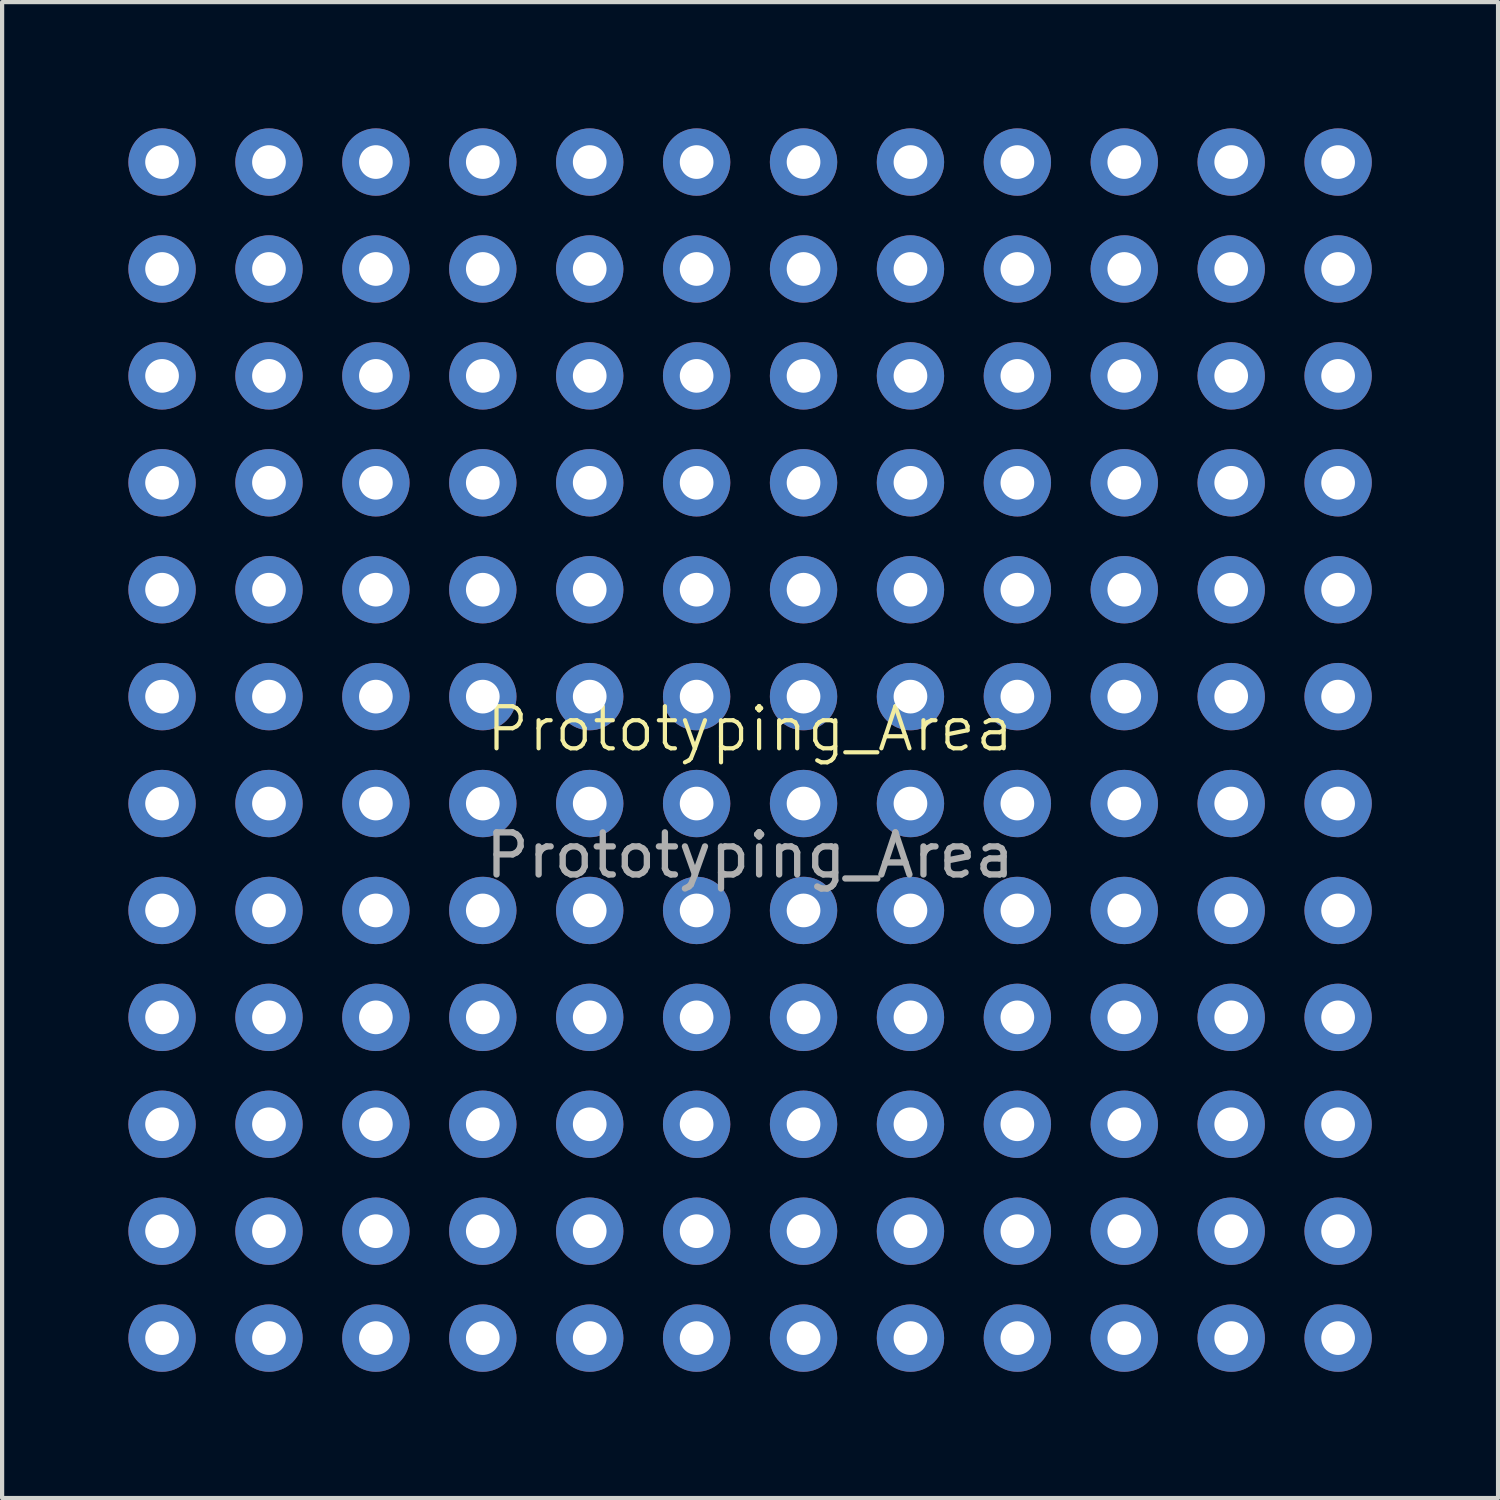
<source format=kicad_pcb>
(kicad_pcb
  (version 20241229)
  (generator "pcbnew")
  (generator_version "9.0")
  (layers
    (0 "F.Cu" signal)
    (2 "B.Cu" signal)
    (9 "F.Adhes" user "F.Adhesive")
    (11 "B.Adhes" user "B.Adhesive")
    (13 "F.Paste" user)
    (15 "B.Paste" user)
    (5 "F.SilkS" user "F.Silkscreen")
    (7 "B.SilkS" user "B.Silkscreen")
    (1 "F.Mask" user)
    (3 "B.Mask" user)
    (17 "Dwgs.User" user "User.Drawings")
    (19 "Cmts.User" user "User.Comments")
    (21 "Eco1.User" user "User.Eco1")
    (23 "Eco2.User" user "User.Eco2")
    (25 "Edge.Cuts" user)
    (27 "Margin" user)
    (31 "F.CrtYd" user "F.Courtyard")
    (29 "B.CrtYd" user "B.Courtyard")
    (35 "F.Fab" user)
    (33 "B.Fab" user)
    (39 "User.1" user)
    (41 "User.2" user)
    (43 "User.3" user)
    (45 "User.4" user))
  (footprint "Prototyping_Area"
    (layer "F.Cu")
    (at 14.77 14.77)
    (property "Reference" "Prototyping_Area" (at 0 -0.5 0) (unlocked yes) (layer "F.SilkS") (effects (font (size 1 1) (thickness 0.1))))
    (attr smd)
    (fp_text user "${REFERENCE}" (at 0 2.5 0) (unlocked yes) (layer "F.Fab") (effects (font (size 1 1) (thickness 0.15))))
    (pad "1" thru_hole circle (at -13.97 -13.97) (size 1.6 1.6) (drill 0.8) (layers "*.Cu" "*.Mask"))
    (pad "2" thru_hole circle (at -11.43 -13.97) (size 1.6 1.6) (drill 0.8) (layers "*.Cu" "*.Mask"))
    (pad "3" thru_hole circle (at -8.89 -13.97) (size 1.6 1.6) (drill 0.8) (layers "*.Cu" "*.Mask"))
    (pad "4" thru_hole circle (at -6.35 -13.97) (size 1.6 1.6) (drill 0.8) (layers "*.Cu" "*.Mask"))
    (pad "5" thru_hole circle (at -3.81 -13.97) (size 1.6 1.6) (drill 0.8) (layers "*.Cu" "*.Mask"))
    (pad "6" thru_hole circle (at -1.27 -13.97) (size 1.6 1.6) (drill 0.8) (layers "*.Cu" "*.Mask"))
    (pad "7" thru_hole circle (at 1.27 -13.97) (size 1.6 1.6) (drill 0.8) (layers "*.Cu" "*.Mask"))
    (pad "8" thru_hole circle (at 3.81 -13.97) (size 1.6 1.6) (drill 0.8) (layers "*.Cu" "*.Mask"))
    (pad "9" thru_hole circle (at 6.35 -13.97) (size 1.6 1.6) (drill 0.8) (layers "*.Cu" "*.Mask"))
    (pad "10" thru_hole circle (at 8.89 -13.97) (size 1.6 1.6) (drill 0.8) (layers "*.Cu" "*.Mask"))
    (pad "11" thru_hole circle (at 11.43 -13.97) (size 1.6 1.6) (drill 0.8) (layers "*.Cu" "*.Mask"))
    (pad "12" thru_hole circle (at 13.97 -13.97) (size 1.6 1.6) (drill 0.8) (layers "*.Cu" "*.Mask"))
    (pad "13" thru_hole circle (at -13.97 -11.43) (size 1.6 1.6) (drill 0.8) (layers "*.Cu" "*.Mask"))
    (pad "14" thru_hole circle (at -11.43 -11.43) (size 1.6 1.6) (drill 0.8) (layers "*.Cu" "*.Mask"))
    (pad "15" thru_hole circle (at -8.89 -11.43) (size 1.6 1.6) (drill 0.8) (layers "*.Cu" "*.Mask"))
    (pad "16" thru_hole circle (at -6.35 -11.43) (size 1.6 1.6) (drill 0.8) (layers "*.Cu" "*.Mask"))
    (pad "17" thru_hole circle (at -3.81 -11.43) (size 1.6 1.6) (drill 0.8) (layers "*.Cu" "*.Mask"))
    (pad "18" thru_hole circle (at -1.27 -11.43) (size 1.6 1.6) (drill 0.8) (layers "*.Cu" "*.Mask"))
    (pad "19" thru_hole circle (at 1.27 -11.43) (size 1.6 1.6) (drill 0.8) (layers "*.Cu" "*.Mask"))
    (pad "20" thru_hole circle (at 3.81 -11.43) (size 1.6 1.6) (drill 0.8) (layers "*.Cu" "*.Mask"))
    (pad "21" thru_hole circle (at 6.35 -11.43) (size 1.6 1.6) (drill 0.8) (layers "*.Cu" "*.Mask"))
    (pad "22" thru_hole circle (at 8.89 -11.43) (size 1.6 1.6) (drill 0.8) (layers "*.Cu" "*.Mask"))
    (pad "23" thru_hole circle (at 11.43 -11.43) (size 1.6 1.6) (drill 0.8) (layers "*.Cu" "*.Mask"))
    (pad "24" thru_hole circle (at 13.97 -11.43) (size 1.6 1.6) (drill 0.8) (layers "*.Cu" "*.Mask"))
    (pad "25" thru_hole circle (at -13.97 -8.89) (size 1.6 1.6) (drill 0.8) (layers "*.Cu" "*.Mask"))
    (pad "26" thru_hole circle (at -11.43 -8.89) (size 1.6 1.6) (drill 0.8) (layers "*.Cu" "*.Mask"))
    (pad "27" thru_hole circle (at -8.89 -8.89) (size 1.6 1.6) (drill 0.8) (layers "*.Cu" "*.Mask"))
    (pad "28" thru_hole circle (at -6.35 -8.89) (size 1.6 1.6) (drill 0.8) (layers "*.Cu" "*.Mask"))
    (pad "29" thru_hole circle (at -3.81 -8.89) (size 1.6 1.6) (drill 0.8) (layers "*.Cu" "*.Mask"))
    (pad "30" thru_hole circle (at -1.27 -8.89) (size 1.6 1.6) (drill 0.8) (layers "*.Cu" "*.Mask"))
    (pad "31" thru_hole circle (at 1.27 -8.89) (size 1.6 1.6) (drill 0.8) (layers "*.Cu" "*.Mask"))
    (pad "32" thru_hole circle (at 3.81 -8.89) (size 1.6 1.6) (drill 0.8) (layers "*.Cu" "*.Mask"))
    (pad "33" thru_hole circle (at 6.35 -8.89) (size 1.6 1.6) (drill 0.8) (layers "*.Cu" "*.Mask"))
    (pad "34" thru_hole circle (at 8.89 -8.89) (size 1.6 1.6) (drill 0.8) (layers "*.Cu" "*.Mask"))
    (pad "35" thru_hole circle (at 11.43 -8.89) (size 1.6 1.6) (drill 0.8) (layers "*.Cu" "*.Mask"))
    (pad "36" thru_hole circle (at 13.97 -8.89) (size 1.6 1.6) (drill 0.8) (layers "*.Cu" "*.Mask"))
    (pad "37" thru_hole circle (at -13.97 -6.35) (size 1.6 1.6) (drill 0.8) (layers "*.Cu" "*.Mask"))
    (pad "38" thru_hole circle (at -11.43 -6.35) (size 1.6 1.6) (drill 0.8) (layers "*.Cu" "*.Mask"))
    (pad "39" thru_hole circle (at -8.89 -6.35) (size 1.6 1.6) (drill 0.8) (layers "*.Cu" "*.Mask"))
    (pad "40" thru_hole circle (at -6.35 -6.35) (size 1.6 1.6) (drill 0.8) (layers "*.Cu" "*.Mask"))
    (pad "41" thru_hole circle (at -3.81 -6.35) (size 1.6 1.6) (drill 0.8) (layers "*.Cu" "*.Mask"))
    (pad "42" thru_hole circle (at -1.27 -6.35) (size 1.6 1.6) (drill 0.8) (layers "*.Cu" "*.Mask"))
    (pad "43" thru_hole circle (at 1.27 -6.35) (size 1.6 1.6) (drill 0.8) (layers "*.Cu" "*.Mask"))
    (pad "44" thru_hole circle (at 3.81 -6.35) (size 1.6 1.6) (drill 0.8) (layers "*.Cu" "*.Mask"))
    (pad "45" thru_hole circle (at 6.35 -6.35) (size 1.6 1.6) (drill 0.8) (layers "*.Cu" "*.Mask"))
    (pad "46" thru_hole circle (at 8.89 -6.35) (size 1.6 1.6) (drill 0.8) (layers "*.Cu" "*.Mask"))
    (pad "47" thru_hole circle (at 11.43 -6.35) (size 1.6 1.6) (drill 0.8) (layers "*.Cu" "*.Mask"))
    (pad "48" thru_hole circle (at 13.97 -6.35) (size 1.6 1.6) (drill 0.8) (layers "*.Cu" "*.Mask"))
    (pad "49" thru_hole circle (at -13.97 -3.81) (size 1.6 1.6) (drill 0.8) (layers "*.Cu" "*.Mask"))
    (pad "50" thru_hole circle (at -11.43 -3.81) (size 1.6 1.6) (drill 0.8) (layers "*.Cu" "*.Mask"))
    (pad "51" thru_hole circle (at -8.89 -3.81) (size 1.6 1.6) (drill 0.8) (layers "*.Cu" "*.Mask"))
    (pad "52" thru_hole circle (at -6.35 -3.81) (size 1.6 1.6) (drill 0.8) (layers "*.Cu" "*.Mask"))
    (pad "53" thru_hole circle (at -3.81 -3.81) (size 1.6 1.6) (drill 0.8) (layers "*.Cu" "*.Mask"))
    (pad "54" thru_hole circle (at -1.27 -3.81) (size 1.6 1.6) (drill 0.8) (layers "*.Cu" "*.Mask"))
    (pad "55" thru_hole circle (at 1.27 -3.81) (size 1.6 1.6) (drill 0.8) (layers "*.Cu" "*.Mask"))
    (pad "56" thru_hole circle (at 3.81 -3.81) (size 1.6 1.6) (drill 0.8) (layers "*.Cu" "*.Mask"))
    (pad "57" thru_hole circle (at 6.35 -3.81) (size 1.6 1.6) (drill 0.8) (layers "*.Cu" "*.Mask"))
    (pad "58" thru_hole circle (at 8.89 -3.81) (size 1.6 1.6) (drill 0.8) (layers "*.Cu" "*.Mask"))
    (pad "59" thru_hole circle (at 11.43 -3.81) (size 1.6 1.6) (drill 0.8) (layers "*.Cu" "*.Mask"))
    (pad "60" thru_hole circle (at 13.97 -3.81) (size 1.6 1.6) (drill 0.8) (layers "*.Cu" "*.Mask"))
    (pad "61" thru_hole circle (at -13.97 -1.27) (size 1.6 1.6) (drill 0.8) (layers "*.Cu" "*.Mask"))
    (pad "62" thru_hole circle (at -11.43 -1.27) (size 1.6 1.6) (drill 0.8) (layers "*.Cu" "*.Mask"))
    (pad "63" thru_hole circle (at -8.89 -1.27) (size 1.6 1.6) (drill 0.8) (layers "*.Cu" "*.Mask"))
    (pad "64" thru_hole circle (at -6.35 -1.27) (size 1.6 1.6) (drill 0.8) (layers "*.Cu" "*.Mask"))
    (pad "65" thru_hole circle (at -3.81 -1.27) (size 1.6 1.6) (drill 0.8) (layers "*.Cu" "*.Mask"))
    (pad "66" thru_hole circle (at -1.27 -1.27) (size 1.6 1.6) (drill 0.8) (layers "*.Cu" "*.Mask"))
    (pad "67" thru_hole circle (at 1.27 -1.27) (size 1.6 1.6) (drill 0.8) (layers "*.Cu" "*.Mask"))
    (pad "68" thru_hole circle (at 3.81 -1.27) (size 1.6 1.6) (drill 0.8) (layers "*.Cu" "*.Mask"))
    (pad "69" thru_hole circle (at 6.35 -1.27) (size 1.6 1.6) (drill 0.8) (layers "*.Cu" "*.Mask"))
    (pad "70" thru_hole circle (at 8.89 -1.27) (size 1.6 1.6) (drill 0.8) (layers "*.Cu" "*.Mask"))
    (pad "71" thru_hole circle (at 11.43 -1.27) (size 1.6 1.6) (drill 0.8) (layers "*.Cu" "*.Mask"))
    (pad "72" thru_hole circle (at 13.97 -1.27) (size 1.6 1.6) (drill 0.8) (layers "*.Cu" "*.Mask"))
    (pad "73" thru_hole circle (at -13.97 1.27) (size 1.6 1.6) (drill 0.8) (layers "*.Cu" "*.Mask"))
    (pad "74" thru_hole circle (at -11.43 1.27) (size 1.6 1.6) (drill 0.8) (layers "*.Cu" "*.Mask"))
    (pad "75" thru_hole circle (at -8.89 1.27) (size 1.6 1.6) (drill 0.8) (layers "*.Cu" "*.Mask"))
    (pad "76" thru_hole circle (at -6.35 1.27) (size 1.6 1.6) (drill 0.8) (layers "*.Cu" "*.Mask"))
    (pad "77" thru_hole circle (at -3.81 1.27) (size 1.6 1.6) (drill 0.8) (layers "*.Cu" "*.Mask"))
    (pad "78" thru_hole circle (at -1.27 1.27) (size 1.6 1.6) (drill 0.8) (layers "*.Cu" "*.Mask"))
    (pad "79" thru_hole circle (at 1.27 1.27) (size 1.6 1.6) (drill 0.8) (layers "*.Cu" "*.Mask"))
    (pad "80" thru_hole circle (at 3.81 1.27) (size 1.6 1.6) (drill 0.8) (layers "*.Cu" "*.Mask"))
    (pad "81" thru_hole circle (at 6.35 1.27) (size 1.6 1.6) (drill 0.8) (layers "*.Cu" "*.Mask"))
    (pad "82" thru_hole circle (at 8.89 1.27) (size 1.6 1.6) (drill 0.8) (layers "*.Cu" "*.Mask"))
    (pad "83" thru_hole circle (at 11.43 1.27) (size 1.6 1.6) (drill 0.8) (layers "*.Cu" "*.Mask"))
    (pad "84" thru_hole circle (at 13.97 1.27) (size 1.6 1.6) (drill 0.8) (layers "*.Cu" "*.Mask"))
    (pad "85" thru_hole circle (at -13.97 3.81) (size 1.6 1.6) (drill 0.8) (layers "*.Cu" "*.Mask"))
    (pad "86" thru_hole circle (at -11.43 3.81) (size 1.6 1.6) (drill 0.8) (layers "*.Cu" "*.Mask"))
    (pad "87" thru_hole circle (at -8.89 3.81) (size 1.6 1.6) (drill 0.8) (layers "*.Cu" "*.Mask"))
    (pad "88" thru_hole circle (at -6.35 3.81) (size 1.6 1.6) (drill 0.8) (layers "*.Cu" "*.Mask"))
    (pad "89" thru_hole circle (at -3.81 3.81) (size 1.6 1.6) (drill 0.8) (layers "*.Cu" "*.Mask"))
    (pad "90" thru_hole circle (at -1.27 3.81) (size 1.6 1.6) (drill 0.8) (layers "*.Cu" "*.Mask"))
    (pad "91" thru_hole circle (at 1.27 3.81) (size 1.6 1.6) (drill 0.8) (layers "*.Cu" "*.Mask"))
    (pad "92" thru_hole circle (at 3.81 3.81) (size 1.6 1.6) (drill 0.8) (layers "*.Cu" "*.Mask"))
    (pad "93" thru_hole circle (at 6.35 3.81) (size 1.6 1.6) (drill 0.8) (layers "*.Cu" "*.Mask"))
    (pad "94" thru_hole circle (at 8.89 3.81) (size 1.6 1.6) (drill 0.8) (layers "*.Cu" "*.Mask"))
    (pad "95" thru_hole circle (at 11.43 3.81) (size 1.6 1.6) (drill 0.8) (layers "*.Cu" "*.Mask"))
    (pad "96" thru_hole circle (at 13.97 3.81) (size 1.6 1.6) (drill 0.8) (layers "*.Cu" "*.Mask"))
    (pad "97" thru_hole circle (at -13.97 6.35) (size 1.6 1.6) (drill 0.8) (layers "*.Cu" "*.Mask"))
    (pad "98" thru_hole circle (at -11.43 6.35) (size 1.6 1.6) (drill 0.8) (layers "*.Cu" "*.Mask"))
    (pad "99" thru_hole circle (at -8.89 6.35) (size 1.6 1.6) (drill 0.8) (layers "*.Cu" "*.Mask"))
    (pad "100" thru_hole circle (at -6.35 6.35) (size 1.6 1.6) (drill 0.8) (layers "*.Cu" "*.Mask"))
    (pad "101" thru_hole circle (at -3.81 6.35) (size 1.6 1.6) (drill 0.8) (layers "*.Cu" "*.Mask"))
    (pad "102" thru_hole circle (at -1.27 6.35) (size 1.6 1.6) (drill 0.8) (layers "*.Cu" "*.Mask"))
    (pad "103" thru_hole circle (at 1.27 6.35) (size 1.6 1.6) (drill 0.8) (layers "*.Cu" "*.Mask"))
    (pad "104" thru_hole circle (at 3.81 6.35) (size 1.6 1.6) (drill 0.8) (layers "*.Cu" "*.Mask"))
    (pad "105" thru_hole circle (at 6.35 6.35) (size 1.6 1.6) (drill 0.8) (layers "*.Cu" "*.Mask"))
    (pad "106" thru_hole circle (at 8.89 6.35) (size 1.6 1.6) (drill 0.8) (layers "*.Cu" "*.Mask"))
    (pad "107" thru_hole circle (at 11.43 6.35) (size 1.6 1.6) (drill 0.8) (layers "*.Cu" "*.Mask"))
    (pad "108" thru_hole circle (at 13.97 6.35) (size 1.6 1.6) (drill 0.8) (layers "*.Cu" "*.Mask"))
    (pad "109" thru_hole circle (at -13.97 8.89) (size 1.6 1.6) (drill 0.8) (layers "*.Cu" "*.Mask"))
    (pad "110" thru_hole circle (at -11.43 8.89) (size 1.6 1.6) (drill 0.8) (layers "*.Cu" "*.Mask"))
    (pad "111" thru_hole circle (at -8.89 8.89) (size 1.6 1.6) (drill 0.8) (layers "*.Cu" "*.Mask"))
    (pad "112" thru_hole circle (at -6.35 8.89) (size 1.6 1.6) (drill 0.8) (layers "*.Cu" "*.Mask"))
    (pad "113" thru_hole circle (at -3.81 8.89) (size 1.6 1.6) (drill 0.8) (layers "*.Cu" "*.Mask"))
    (pad "114" thru_hole circle (at -1.27 8.89) (size 1.6 1.6) (drill 0.8) (layers "*.Cu" "*.Mask"))
    (pad "115" thru_hole circle (at 1.27 8.89) (size 1.6 1.6) (drill 0.8) (layers "*.Cu" "*.Mask"))
    (pad "116" thru_hole circle (at 3.81 8.89) (size 1.6 1.6) (drill 0.8) (layers "*.Cu" "*.Mask"))
    (pad "117" thru_hole circle (at 6.35 8.89) (size 1.6 1.6) (drill 0.8) (layers "*.Cu" "*.Mask"))
    (pad "118" thru_hole circle (at 8.89 8.89) (size 1.6 1.6) (drill 0.8) (layers "*.Cu" "*.Mask"))
    (pad "119" thru_hole circle (at 11.43 8.89) (size 1.6 1.6) (drill 0.8) (layers "*.Cu" "*.Mask"))
    (pad "120" thru_hole circle (at 13.97 8.89) (size 1.6 1.6) (drill 0.8) (layers "*.Cu" "*.Mask"))
    (pad "121" thru_hole circle (at -13.97 11.43) (size 1.6 1.6) (drill 0.8) (layers "*.Cu" "*.Mask"))
    (pad "122" thru_hole circle (at -11.43 11.43) (size 1.6 1.6) (drill 0.8) (layers "*.Cu" "*.Mask"))
    (pad "123" thru_hole circle (at -8.89 11.43) (size 1.6 1.6) (drill 0.8) (layers "*.Cu" "*.Mask"))
    (pad "124" thru_hole circle (at -6.35 11.43) (size 1.6 1.6) (drill 0.8) (layers "*.Cu" "*.Mask"))
    (pad "125" thru_hole circle (at -3.81 11.43) (size 1.6 1.6) (drill 0.8) (layers "*.Cu" "*.Mask"))
    (pad "126" thru_hole circle (at -1.27 11.43) (size 1.6 1.6) (drill 0.8) (layers "*.Cu" "*.Mask"))
    (pad "127" thru_hole circle (at 1.27 11.43) (size 1.6 1.6) (drill 0.8) (layers "*.Cu" "*.Mask"))
    (pad "128" thru_hole circle (at 3.81 11.43) (size 1.6 1.6) (drill 0.8) (layers "*.Cu" "*.Mask"))
    (pad "129" thru_hole circle (at 6.35 11.43) (size 1.6 1.6) (drill 0.8) (layers "*.Cu" "*.Mask"))
    (pad "130" thru_hole circle (at 8.89 11.43) (size 1.6 1.6) (drill 0.8) (layers "*.Cu" "*.Mask"))
    (pad "131" thru_hole circle (at 11.43 11.43) (size 1.6 1.6) (drill 0.8) (layers "*.Cu" "*.Mask"))
    (pad "132" thru_hole circle (at 13.97 11.43) (size 1.6 1.6) (drill 0.8) (layers "*.Cu" "*.Mask"))
    (pad "133" thru_hole circle (at -13.97 13.97) (size 1.6 1.6) (drill 0.8) (layers "*.Cu" "*.Mask"))
    (pad "134" thru_hole circle (at -11.43 13.97) (size 1.6 1.6) (drill 0.8) (layers "*.Cu" "*.Mask"))
    (pad "135" thru_hole circle (at -8.89 13.97) (size 1.6 1.6) (drill 0.8) (layers "*.Cu" "*.Mask"))
    (pad "136" thru_hole circle (at -6.35 13.97) (size 1.6 1.6) (drill 0.8) (layers "*.Cu" "*.Mask"))
    (pad "137" thru_hole circle (at -3.81 13.97) (size 1.6 1.6) (drill 0.8) (layers "*.Cu" "*.Mask"))
    (pad "138" thru_hole circle (at -1.27 13.97) (size 1.6 1.6) (drill 0.8) (layers "*.Cu" "*.Mask"))
    (pad "139" thru_hole circle (at 1.27 13.97) (size 1.6 1.6) (drill 0.8) (layers "*.Cu" "*.Mask"))
    (pad "140" thru_hole circle (at 3.81 13.97) (size 1.6 1.6) (drill 0.8) (layers "*.Cu" "*.Mask"))
    (pad "141" thru_hole circle (at 6.35 13.97) (size 1.6 1.6) (drill 0.8) (layers "*.Cu" "*.Mask"))
    (pad "142" thru_hole circle (at 8.89 13.97) (size 1.6 1.6) (drill 0.8) (layers "*.Cu" "*.Mask"))
    (pad "143" thru_hole circle (at 11.43 13.97) (size 1.6 1.6) (drill 0.8) (layers "*.Cu" "*.Mask"))
    (pad "144" thru_hole circle (at 13.97 13.97) (size 1.6 1.6) (drill 0.8) (layers "*.Cu" "*.Mask")))
  (gr_rect
    (start -3 -3)
    (end 32.54 32.54)
    (stroke (width 0.1) (type default))
    (fill no)
    (layer "Edge.Cuts")))
</source>
